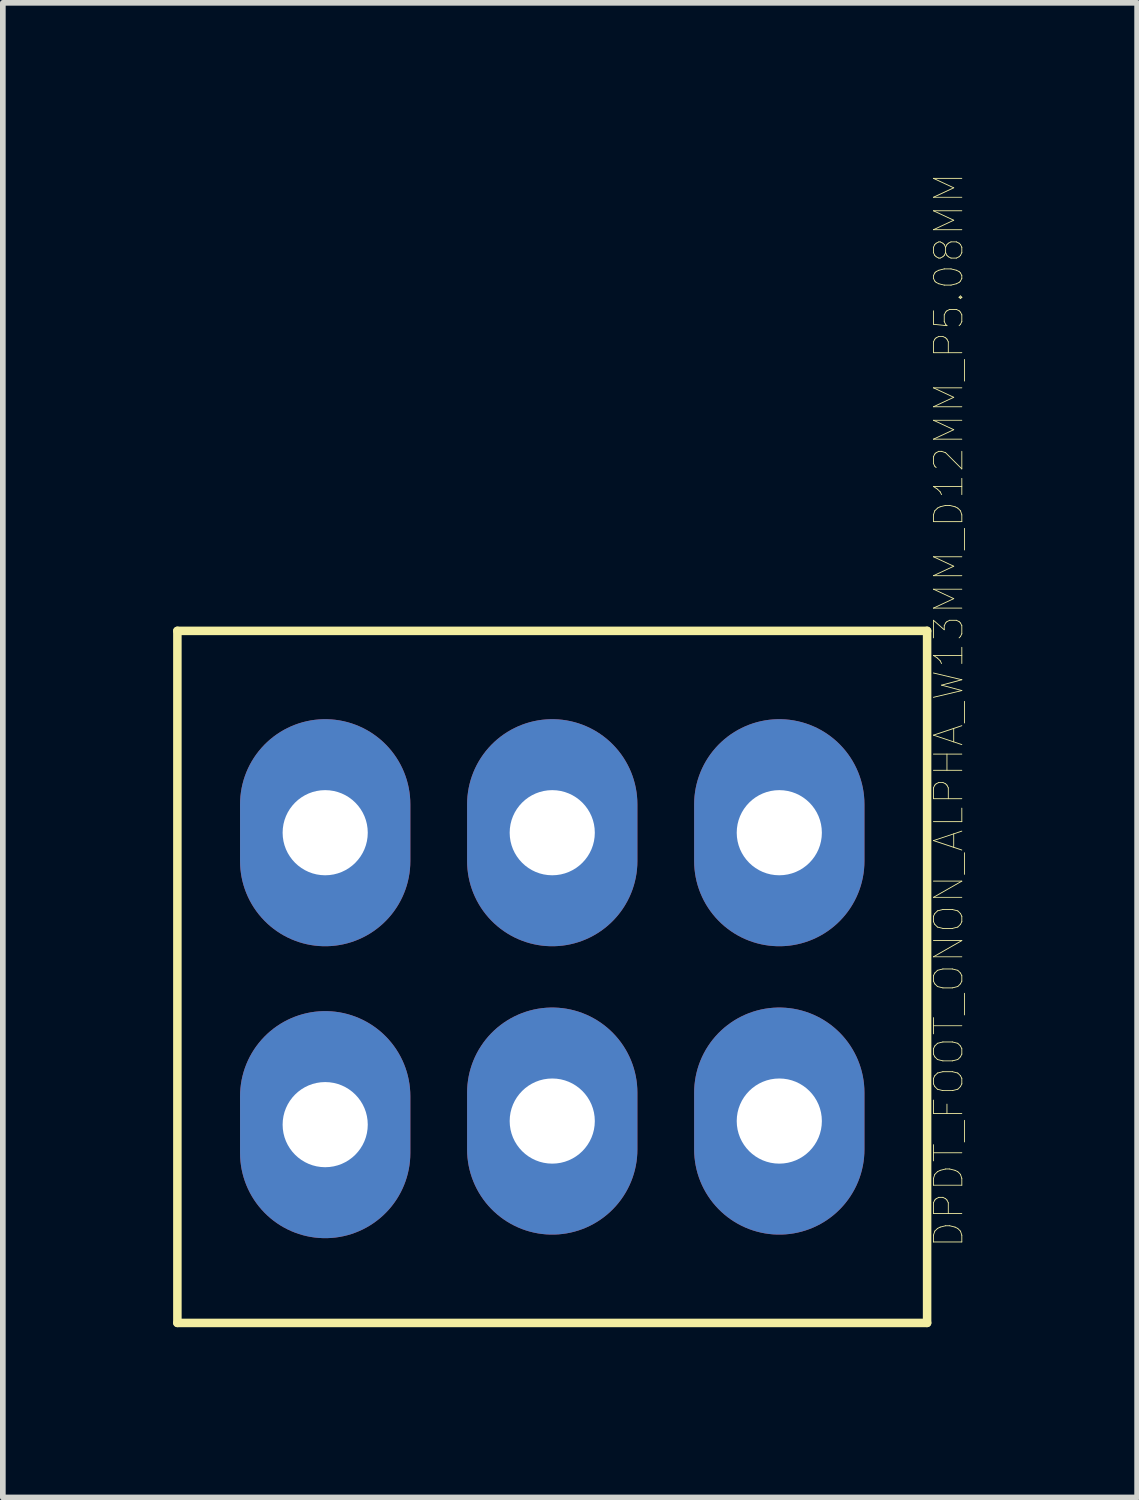
<source format=kicad_pcb>
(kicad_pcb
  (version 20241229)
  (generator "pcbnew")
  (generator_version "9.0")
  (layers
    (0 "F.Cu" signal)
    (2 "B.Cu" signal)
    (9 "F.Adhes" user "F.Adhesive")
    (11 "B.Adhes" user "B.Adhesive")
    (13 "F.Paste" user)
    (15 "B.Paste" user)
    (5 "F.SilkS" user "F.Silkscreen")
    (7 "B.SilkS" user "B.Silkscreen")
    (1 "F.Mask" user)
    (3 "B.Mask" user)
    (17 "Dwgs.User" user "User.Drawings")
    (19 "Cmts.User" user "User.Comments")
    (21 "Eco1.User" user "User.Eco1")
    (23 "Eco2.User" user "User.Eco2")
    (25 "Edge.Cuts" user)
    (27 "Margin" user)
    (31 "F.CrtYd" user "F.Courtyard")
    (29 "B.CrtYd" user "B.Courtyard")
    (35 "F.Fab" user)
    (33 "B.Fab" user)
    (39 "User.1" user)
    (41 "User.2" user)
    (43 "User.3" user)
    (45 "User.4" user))
  (footprint "DPDT_FOOT_ONON_ALPHA_W13MM_D12MM_P5.08MM"
    (layer "F.Cu")
    (at 6.679 14.16)
    (property "Reference" "DPDT_FOOT_ONON_ALPHA_W13MM_D12MM_P5.08MM" (at 6.985 -4.699 90) (layer "F.SilkS") (effects (font (size 0.5 0.5) (thickness 0.015))))
    (attr through_hole)
    (fp_line (start -6.604 -6.096) (end -6.604 6.096) (stroke (width 0.15) (type solid)) (layer "F.SilkS"))
    (fp_line (start -6.604 6.096) (end 6.604 6.096) (stroke (width 0.15) (type solid)) (layer "F.SilkS"))
    (fp_line (start 6.604 -6.096) (end -6.604 -6.096) (stroke (width 0.15) (type solid)) (layer "F.SilkS"))
    (fp_line (start 6.604 6.096) (end 6.604 -6.096) (stroke (width 0.15) (type solid)) (layer "F.SilkS"))
    (pad "1" thru_hole oval (at 4 2.54) (size 3 4) (drill 1.5) (layers "*.Cu" "*.Mask"))
    (pad "2" thru_hole oval (at 0 2.54) (size 3 4) (drill 1.5) (layers "*.Cu" "*.Mask"))
    (pad "3" thru_hole oval (at -4 2.603) (size 3 4) (drill 1.5) (layers "*.Cu" "*.Mask"))
    (pad "4" thru_hole oval (at 4 -2.54) (size 3 4) (drill 1.5) (layers "*.Cu" "*.Mask"))
    (pad "5" thru_hole oval (at 0 -2.54) (size 3 4) (drill 1.5) (layers "*.Cu" "*.Mask"))
    (pad "6" thru_hole oval (at -4 -2.54) (size 3 4) (drill 1.5) (layers "*.Cu" "*.Mask")))
  (gr_rect
    (start -3 -3)
    (end 16.983 23.331)
    (stroke (width 0.1) (type default))
    (fill no)
    (layer "Edge.Cuts")))
</source>
